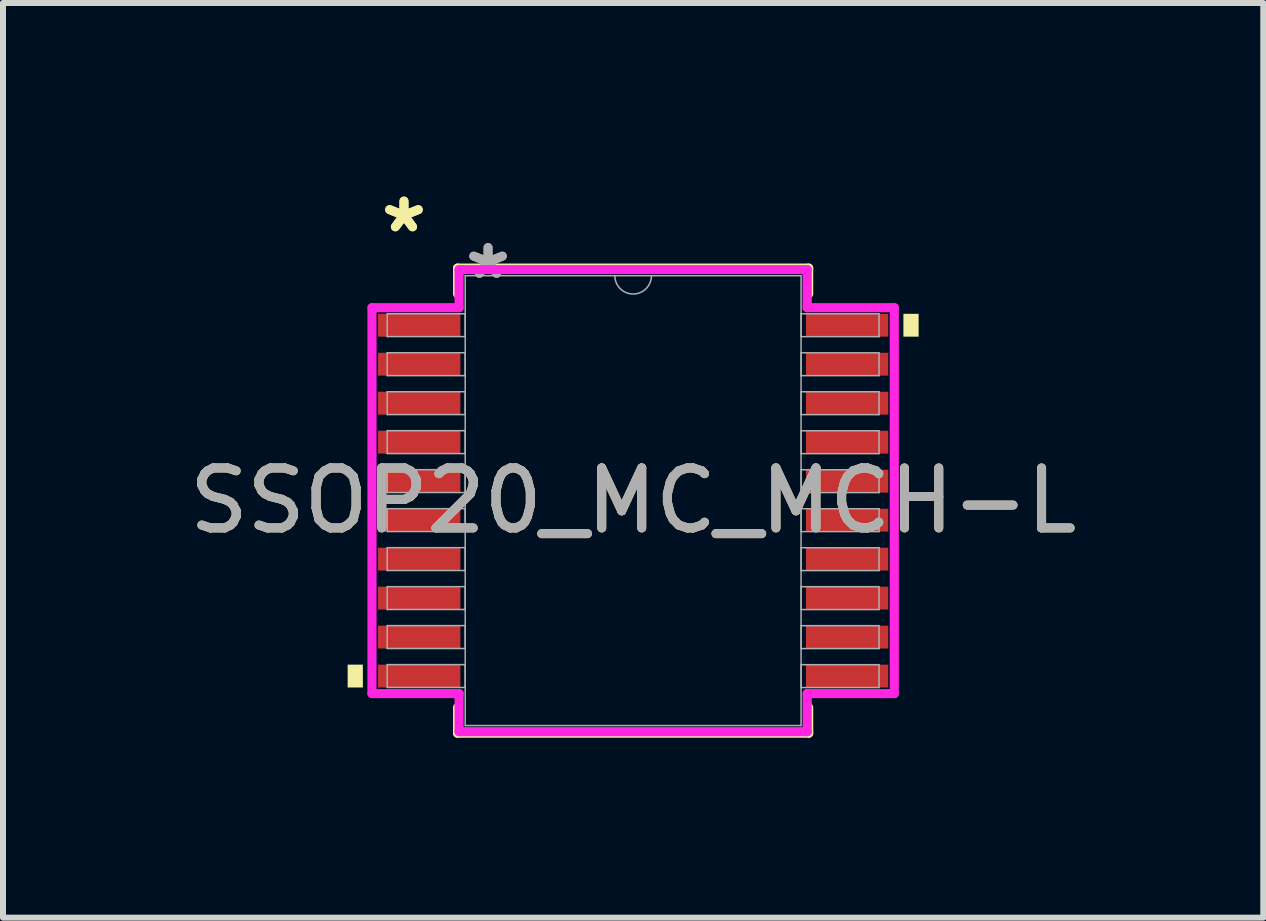
<source format=kicad_pcb>
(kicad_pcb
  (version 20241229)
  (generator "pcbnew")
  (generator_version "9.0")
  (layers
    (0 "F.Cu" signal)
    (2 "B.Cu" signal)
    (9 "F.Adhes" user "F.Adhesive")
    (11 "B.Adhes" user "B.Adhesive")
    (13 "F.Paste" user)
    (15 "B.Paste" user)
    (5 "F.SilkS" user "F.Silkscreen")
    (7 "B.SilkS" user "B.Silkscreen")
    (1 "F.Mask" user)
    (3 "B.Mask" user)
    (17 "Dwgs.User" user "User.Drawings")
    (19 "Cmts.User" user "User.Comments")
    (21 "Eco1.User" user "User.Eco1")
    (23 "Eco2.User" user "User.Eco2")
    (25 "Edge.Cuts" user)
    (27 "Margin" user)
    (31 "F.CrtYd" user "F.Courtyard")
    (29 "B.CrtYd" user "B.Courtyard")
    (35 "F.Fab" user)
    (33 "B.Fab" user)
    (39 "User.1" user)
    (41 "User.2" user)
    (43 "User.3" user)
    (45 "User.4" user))
  (footprint "SSOP20_MC_MCH-L"
    (layer "F.Cu")
    (at 7.506 5.297)
    (property "Reference" "SSOP20_MC_MCH-L" (at 0 0 0) (unlocked yes) (layer "F.SilkS") (effects (font (size 1 1) (thickness 0.15))))
    (attr smd)
    (fp_line (start -2.927 -3.877) (end -2.927 -3.448) (stroke (width 0.152) (type solid)) (layer "F.SilkS"))
    (fp_line (start -2.927 3.448) (end -2.927 3.877) (stroke (width 0.152) (type solid)) (layer "F.SilkS"))
    (fp_line (start -2.927 3.877) (end 2.927 3.877) (stroke (width 0.152) (type solid)) (layer "F.SilkS"))
    (fp_line (start 2.927 -3.877) (end -2.927 -3.877) (stroke (width 0.152) (type solid)) (layer "F.SilkS"))
    (fp_line (start 2.927 -3.448) (end 2.927 -3.877) (stroke (width 0.152) (type solid)) (layer "F.SilkS"))
    (fp_line (start 2.927 3.877) (end 2.927 3.448) (stroke (width 0.152) (type solid)) (layer "F.SilkS"))
    (fp_poly (pts (xy -4.76 2.734) (xy -4.76 3.115) (xy -4.506 3.115) (xy -4.506 2.734)) (stroke (width 0) (type solid)) (fill yes) (layer "F.SilkS"))
    (fp_poly (pts (xy 4.76 -3.115) (xy 4.76 -2.734) (xy 4.506 -2.734) (xy 4.506 -3.115)) (stroke (width 0) (type solid)) (fill yes) (layer "F.SilkS"))
    (fp_line (start -4.354 -3.217) (end -2.902 -3.217) (stroke (width 0.152) (type solid)) (layer "F.CrtYd"))
    (fp_line (start -4.354 3.217) (end -4.354 -3.217) (stroke (width 0.152) (type solid)) (layer "F.CrtYd"))
    (fp_line (start -4.354 3.217) (end -2.902 3.217) (stroke (width 0.152) (type solid)) (layer "F.CrtYd"))
    (fp_line (start -2.902 -3.852) (end 2.902 -3.852) (stroke (width 0.152) (type solid)) (layer "F.CrtYd"))
    (fp_line (start -2.902 -3.217) (end -2.902 -3.852) (stroke (width 0.152) (type solid)) (layer "F.CrtYd"))
    (fp_line (start -2.902 3.852) (end -2.902 3.217) (stroke (width 0.152) (type solid)) (layer "F.CrtYd"))
    (fp_line (start 2.902 -3.852) (end 2.902 -3.217) (stroke (width 0.152) (type solid)) (layer "F.CrtYd"))
    (fp_line (start 2.902 3.217) (end 2.902 3.852) (stroke (width 0.152) (type solid)) (layer "F.CrtYd"))
    (fp_line (start 2.902 3.852) (end -2.902 3.852) (stroke (width 0.152) (type solid)) (layer "F.CrtYd"))
    (fp_line (start 4.354 -3.217) (end 2.902 -3.217) (stroke (width 0.152) (type solid)) (layer "F.CrtYd"))
    (fp_line (start 4.354 -3.217) (end 4.354 3.217) (stroke (width 0.152) (type solid)) (layer "F.CrtYd"))
    (fp_line (start 4.354 3.217) (end 2.902 3.217) (stroke (width 0.152) (type solid)) (layer "F.CrtYd"))
    (fp_line (start -4.1 -3.116) (end -4.1 -2.735) (stroke (width 0.025) (type solid)) (layer "F.Fab"))
    (fp_line (start -4.1 -2.735) (end -2.8 -2.735) (stroke (width 0.025) (type solid)) (layer "F.Fab"))
    (fp_line (start -4.1 -2.466) (end -4.1 -2.084) (stroke (width 0.025) (type solid)) (layer "F.Fab"))
    (fp_line (start -4.1 -2.084) (end -2.8 -2.084) (stroke (width 0.025) (type solid)) (layer "F.Fab"))
    (fp_line (start -4.1 -1.816) (end -4.1 -1.435) (stroke (width 0.025) (type solid)) (layer "F.Fab"))
    (fp_line (start -4.1 -1.435) (end -2.8 -1.435) (stroke (width 0.025) (type solid)) (layer "F.Fab"))
    (fp_line (start -4.1 -1.166) (end -4.1 -0.785) (stroke (width 0.025) (type solid)) (layer "F.Fab"))
    (fp_line (start -4.1 -0.785) (end -2.8 -0.785) (stroke (width 0.025) (type solid)) (layer "F.Fab"))
    (fp_line (start -4.1 -0.516) (end -4.1 -0.135) (stroke (width 0.025) (type solid)) (layer "F.Fab"))
    (fp_line (start -4.1 -0.135) (end -2.8 -0.135) (stroke (width 0.025) (type solid)) (layer "F.Fab"))
    (fp_line (start -4.1 0.134) (end -4.1 0.515) (stroke (width 0.025) (type solid)) (layer "F.Fab"))
    (fp_line (start -4.1 0.515) (end -2.8 0.515) (stroke (width 0.025) (type solid)) (layer "F.Fab"))
    (fp_line (start -4.1 0.784) (end -4.1 1.165) (stroke (width 0.025) (type solid)) (layer "F.Fab"))
    (fp_line (start -4.1 1.165) (end -2.8 1.165) (stroke (width 0.025) (type solid)) (layer "F.Fab"))
    (fp_line (start -4.1 1.434) (end -4.1 1.815) (stroke (width 0.025) (type solid)) (layer "F.Fab"))
    (fp_line (start -4.1 1.815) (end -2.8 1.815) (stroke (width 0.025) (type solid)) (layer "F.Fab"))
    (fp_line (start -4.1 2.084) (end -4.1 2.465) (stroke (width 0.025) (type solid)) (layer "F.Fab"))
    (fp_line (start -4.1 2.465) (end -2.8 2.465) (stroke (width 0.025) (type solid)) (layer "F.Fab"))
    (fp_line (start -4.1 2.734) (end -4.1 3.115) (stroke (width 0.025) (type solid)) (layer "F.Fab"))
    (fp_line (start -4.1 3.115) (end -2.8 3.115) (stroke (width 0.025) (type solid)) (layer "F.Fab"))
    (fp_line (start -2.8 -3.75) (end -2.8 3.75) (stroke (width 0.025) (type solid)) (layer "F.Fab"))
    (fp_line (start -2.8 -3.116) (end -4.1 -3.116) (stroke (width 0.025) (type solid)) (layer "F.Fab"))
    (fp_line (start -2.8 -2.735) (end -2.8 -3.116) (stroke (width 0.025) (type solid)) (layer "F.Fab"))
    (fp_line (start -2.8 -2.466) (end -4.1 -2.466) (stroke (width 0.025) (type solid)) (layer "F.Fab"))
    (fp_line (start -2.8 -2.084) (end -2.8 -2.466) (stroke (width 0.025) (type solid)) (layer "F.Fab"))
    (fp_line (start -2.8 -1.816) (end -4.1 -1.816) (stroke (width 0.025) (type solid)) (layer "F.Fab"))
    (fp_line (start -2.8 -1.435) (end -2.8 -1.816) (stroke (width 0.025) (type solid)) (layer "F.Fab"))
    (fp_line (start -2.8 -1.166) (end -4.1 -1.166) (stroke (width 0.025) (type solid)) (layer "F.Fab"))
    (fp_line (start -2.8 -0.785) (end -2.8 -1.166) (stroke (width 0.025) (type solid)) (layer "F.Fab"))
    (fp_line (start -2.8 -0.516) (end -4.1 -0.516) (stroke (width 0.025) (type solid)) (layer "F.Fab"))
    (fp_line (start -2.8 -0.135) (end -2.8 -0.516) (stroke (width 0.025) (type solid)) (layer "F.Fab"))
    (fp_line (start -2.8 0.134) (end -4.1 0.134) (stroke (width 0.025) (type solid)) (layer "F.Fab"))
    (fp_line (start -2.8 0.515) (end -2.8 0.134) (stroke (width 0.025) (type solid)) (layer "F.Fab"))
    (fp_line (start -2.8 0.784) (end -4.1 0.784) (stroke (width 0.025) (type solid)) (layer "F.Fab"))
    (fp_line (start -2.8 1.165) (end -2.8 0.784) (stroke (width 0.025) (type solid)) (layer "F.Fab"))
    (fp_line (start -2.8 1.434) (end -4.1 1.434) (stroke (width 0.025) (type solid)) (layer "F.Fab"))
    (fp_line (start -2.8 1.815) (end -2.8 1.434) (stroke (width 0.025) (type solid)) (layer "F.Fab"))
    (fp_line (start -2.8 2.084) (end -4.1 2.084) (stroke (width 0.025) (type solid)) (layer "F.Fab"))
    (fp_line (start -2.8 2.465) (end -2.8 2.084) (stroke (width 0.025) (type solid)) (layer "F.Fab"))
    (fp_line (start -2.8 2.734) (end -4.1 2.734) (stroke (width 0.025) (type solid)) (layer "F.Fab"))
    (fp_line (start -2.8 3.115) (end -2.8 2.734) (stroke (width 0.025) (type solid)) (layer "F.Fab"))
    (fp_line (start -2.8 3.75) (end 2.8 3.75) (stroke (width 0.025) (type solid)) (layer "F.Fab"))
    (fp_line (start 2.8 -3.75) (end -2.8 -3.75) (stroke (width 0.025) (type solid)) (layer "F.Fab"))
    (fp_line (start 2.8 -3.115) (end 2.8 -2.734) (stroke (width 0.025) (type solid)) (layer "F.Fab"))
    (fp_line (start 2.8 -2.734) (end 4.1 -2.734) (stroke (width 0.025) (type solid)) (layer "F.Fab"))
    (fp_line (start 2.8 -2.465) (end 2.8 -2.084) (stroke (width 0.025) (type solid)) (layer "F.Fab"))
    (fp_line (start 2.8 -2.084) (end 4.1 -2.084) (stroke (width 0.025) (type solid)) (layer "F.Fab"))
    (fp_line (start 2.8 -1.815) (end 2.8 -1.434) (stroke (width 0.025) (type solid)) (layer "F.Fab"))
    (fp_line (start 2.8 -1.434) (end 4.1 -1.434) (stroke (width 0.025) (type solid)) (layer "F.Fab"))
    (fp_line (start 2.8 -1.165) (end 2.8 -0.784) (stroke (width 0.025) (type solid)) (layer "F.Fab"))
    (fp_line (start 2.8 -0.784) (end 4.1 -0.784) (stroke (width 0.025) (type solid)) (layer "F.Fab"))
    (fp_line (start 2.8 -0.515) (end 2.8 -0.134) (stroke (width 0.025) (type solid)) (layer "F.Fab"))
    (fp_line (start 2.8 -0.134) (end 4.1 -0.134) (stroke (width 0.025) (type solid)) (layer "F.Fab"))
    (fp_line (start 2.8 0.135) (end 2.8 0.516) (stroke (width 0.025) (type solid)) (layer "F.Fab"))
    (fp_line (start 2.8 0.516) (end 4.1 0.516) (stroke (width 0.025) (type solid)) (layer "F.Fab"))
    (fp_line (start 2.8 0.785) (end 2.8 1.166) (stroke (width 0.025) (type solid)) (layer "F.Fab"))
    (fp_line (start 2.8 1.166) (end 4.1 1.166) (stroke (width 0.025) (type solid)) (layer "F.Fab"))
    (fp_line (start 2.8 1.435) (end 2.8 1.816) (stroke (width 0.025) (type solid)) (layer "F.Fab"))
    (fp_line (start 2.8 1.816) (end 4.1 1.816) (stroke (width 0.025) (type solid)) (layer "F.Fab"))
    (fp_line (start 2.8 2.085) (end 2.8 2.466) (stroke (width 0.025) (type solid)) (layer "F.Fab"))
    (fp_line (start 2.8 2.466) (end 4.1 2.466) (stroke (width 0.025) (type solid)) (layer "F.Fab"))
    (fp_line (start 2.8 2.735) (end 2.8 3.116) (stroke (width 0.025) (type solid)) (layer "F.Fab"))
    (fp_line (start 2.8 3.116) (end 4.1 3.116) (stroke (width 0.025) (type solid)) (layer "F.Fab"))
    (fp_line (start 2.8 3.75) (end 2.8 -3.75) (stroke (width 0.025) (type solid)) (layer "F.Fab"))
    (fp_line (start 4.1 -3.115) (end 2.8 -3.115) (stroke (width 0.025) (type solid)) (layer "F.Fab"))
    (fp_line (start 4.1 -2.734) (end 4.1 -3.115) (stroke (width 0.025) (type solid)) (layer "F.Fab"))
    (fp_line (start 4.1 -2.465) (end 2.8 -2.465) (stroke (width 0.025) (type solid)) (layer "F.Fab"))
    (fp_line (start 4.1 -2.084) (end 4.1 -2.465) (stroke (width 0.025) (type solid)) (layer "F.Fab"))
    (fp_line (start 4.1 -1.815) (end 2.8 -1.815) (stroke (width 0.025) (type solid)) (layer "F.Fab"))
    (fp_line (start 4.1 -1.434) (end 4.1 -1.815) (stroke (width 0.025) (type solid)) (layer "F.Fab"))
    (fp_line (start 4.1 -1.165) (end 2.8 -1.165) (stroke (width 0.025) (type solid)) (layer "F.Fab"))
    (fp_line (start 4.1 -0.784) (end 4.1 -1.165) (stroke (width 0.025) (type solid)) (layer "F.Fab"))
    (fp_line (start 4.1 -0.515) (end 2.8 -0.515) (stroke (width 0.025) (type solid)) (layer "F.Fab"))
    (fp_line (start 4.1 -0.134) (end 4.1 -0.515) (stroke (width 0.025) (type solid)) (layer "F.Fab"))
    (fp_line (start 4.1 0.135) (end 2.8 0.135) (stroke (width 0.025) (type solid)) (layer "F.Fab"))
    (fp_line (start 4.1 0.516) (end 4.1 0.135) (stroke (width 0.025) (type solid)) (layer "F.Fab"))
    (fp_line (start 4.1 0.785) (end 2.8 0.785) (stroke (width 0.025) (type solid)) (layer "F.Fab"))
    (fp_line (start 4.1 1.166) (end 4.1 0.785) (stroke (width 0.025) (type solid)) (layer "F.Fab"))
    (fp_line (start 4.1 1.435) (end 2.8 1.435) (stroke (width 0.025) (type solid)) (layer "F.Fab"))
    (fp_line (start 4.1 1.816) (end 4.1 1.435) (stroke (width 0.025) (type solid)) (layer "F.Fab"))
    (fp_line (start 4.1 2.085) (end 2.8 2.085) (stroke (width 0.025) (type solid)) (layer "F.Fab"))
    (fp_line (start 4.1 2.466) (end 4.1 2.085) (stroke (width 0.025) (type solid)) (layer "F.Fab"))
    (fp_line (start 4.1 2.735) (end 2.8 2.735) (stroke (width 0.025) (type solid)) (layer "F.Fab"))
    (fp_line (start 4.1 3.116) (end 4.1 2.735) (stroke (width 0.025) (type solid)) (layer "F.Fab"))
    (fp_arc (start 0.3048 -3.75) (mid 0 -3.4452) (end -0.3048 -3.75) (stroke (width 0.0254) (type solid)) (layer "F.Fab"))
    (fp_text user "*" (at -3.821 -4.449 0) (layer "F.SilkS") (effects (font (size 1 1) (thickness 0.15))))
    (fp_text user "*" (at -3.821 -4.449 0) (unlocked yes) (layer "F.SilkS") (effects (font (size 1 1) (thickness 0.15))))
    (fp_text user "*" (at -2.419 -3.674 0) (unlocked yes) (layer "F.Fab") (effects (font (size 1 1) (thickness 0.15))))
    (fp_text user "${REFERENCE}" (at 0 0 0) (unlocked yes) (layer "F.Fab") (effects (font (size 1 1) (thickness 0.15))))
    (fp_text user "*" (at -2.419 -3.674 0) (layer "F.Fab") (effects (font (size 1 1) (thickness 0.15))))
    (pad "1" smd rect (at -3.567 -2.925) (size 1.372 0.381) (layers "F.Cu" "F.Mask" "F.Paste"))
    (pad "2" smd rect (at -3.567 -2.275) (size 1.372 0.381) (layers "F.Cu" "F.Mask" "F.Paste"))
    (pad "3" smd rect (at -3.567 -1.625) (size 1.372 0.381) (layers "F.Cu" "F.Mask" "F.Paste"))
    (pad "4" smd rect (at -3.567 -0.975) (size 1.372 0.381) (layers "F.Cu" "F.Mask" "F.Paste"))
    (pad "5" smd rect (at -3.567 -0.325) (size 1.372 0.381) (layers "F.Cu" "F.Mask" "F.Paste"))
    (pad "6" smd rect (at -3.567 0.325) (size 1.372 0.381) (layers "F.Cu" "F.Mask" "F.Paste"))
    (pad "7" smd rect (at -3.567 0.975) (size 1.372 0.381) (layers "F.Cu" "F.Mask" "F.Paste"))
    (pad "8" smd rect (at -3.567 1.625) (size 1.372 0.381) (layers "F.Cu" "F.Mask" "F.Paste"))
    (pad "9" smd rect (at -3.567 2.275) (size 1.372 0.381) (layers "F.Cu" "F.Mask" "F.Paste"))
    (pad "10" smd rect (at -3.567 2.925) (size 1.372 0.381) (layers "F.Cu" "F.Mask" "F.Paste"))
    (pad "11" smd rect (at 3.567 2.925) (size 1.372 0.381) (layers "F.Cu" "F.Mask" "F.Paste"))
    (pad "12" smd rect (at 3.567 2.275) (size 1.372 0.381) (layers "F.Cu" "F.Mask" "F.Paste"))
    (pad "13" smd rect (at 3.567 1.625) (size 1.372 0.381) (layers "F.Cu" "F.Mask" "F.Paste"))
    (pad "14" smd rect (at 3.567 0.975) (size 1.372 0.381) (layers "F.Cu" "F.Mask" "F.Paste"))
    (pad "15" smd rect (at 3.567 0.325) (size 1.372 0.381) (layers "F.Cu" "F.Mask" "F.Paste"))
    (pad "16" smd rect (at 3.567 -0.325) (size 1.372 0.381) (layers "F.Cu" "F.Mask" "F.Paste"))
    (pad "17" smd rect (at 3.567 -0.975) (size 1.372 0.381) (layers "F.Cu" "F.Mask" "F.Paste"))
    (pad "18" smd rect (at 3.567 -1.625) (size 1.372 0.381) (layers "F.Cu" "F.Mask" "F.Paste"))
    (pad "19" smd rect (at 3.567 -2.275) (size 1.372 0.381) (layers "F.Cu" "F.Mask" "F.Paste"))
    (pad "20" smd rect (at 3.567 -2.925) (size 1.372 0.381) (layers "F.Cu" "F.Mask" "F.Paste")))
  (gr_rect
    (start -3 -3)
    (end 18.012 12.25)
    (stroke (width 0.1) (type default))
    (fill no)
    (layer "Edge.Cuts")))
</source>
